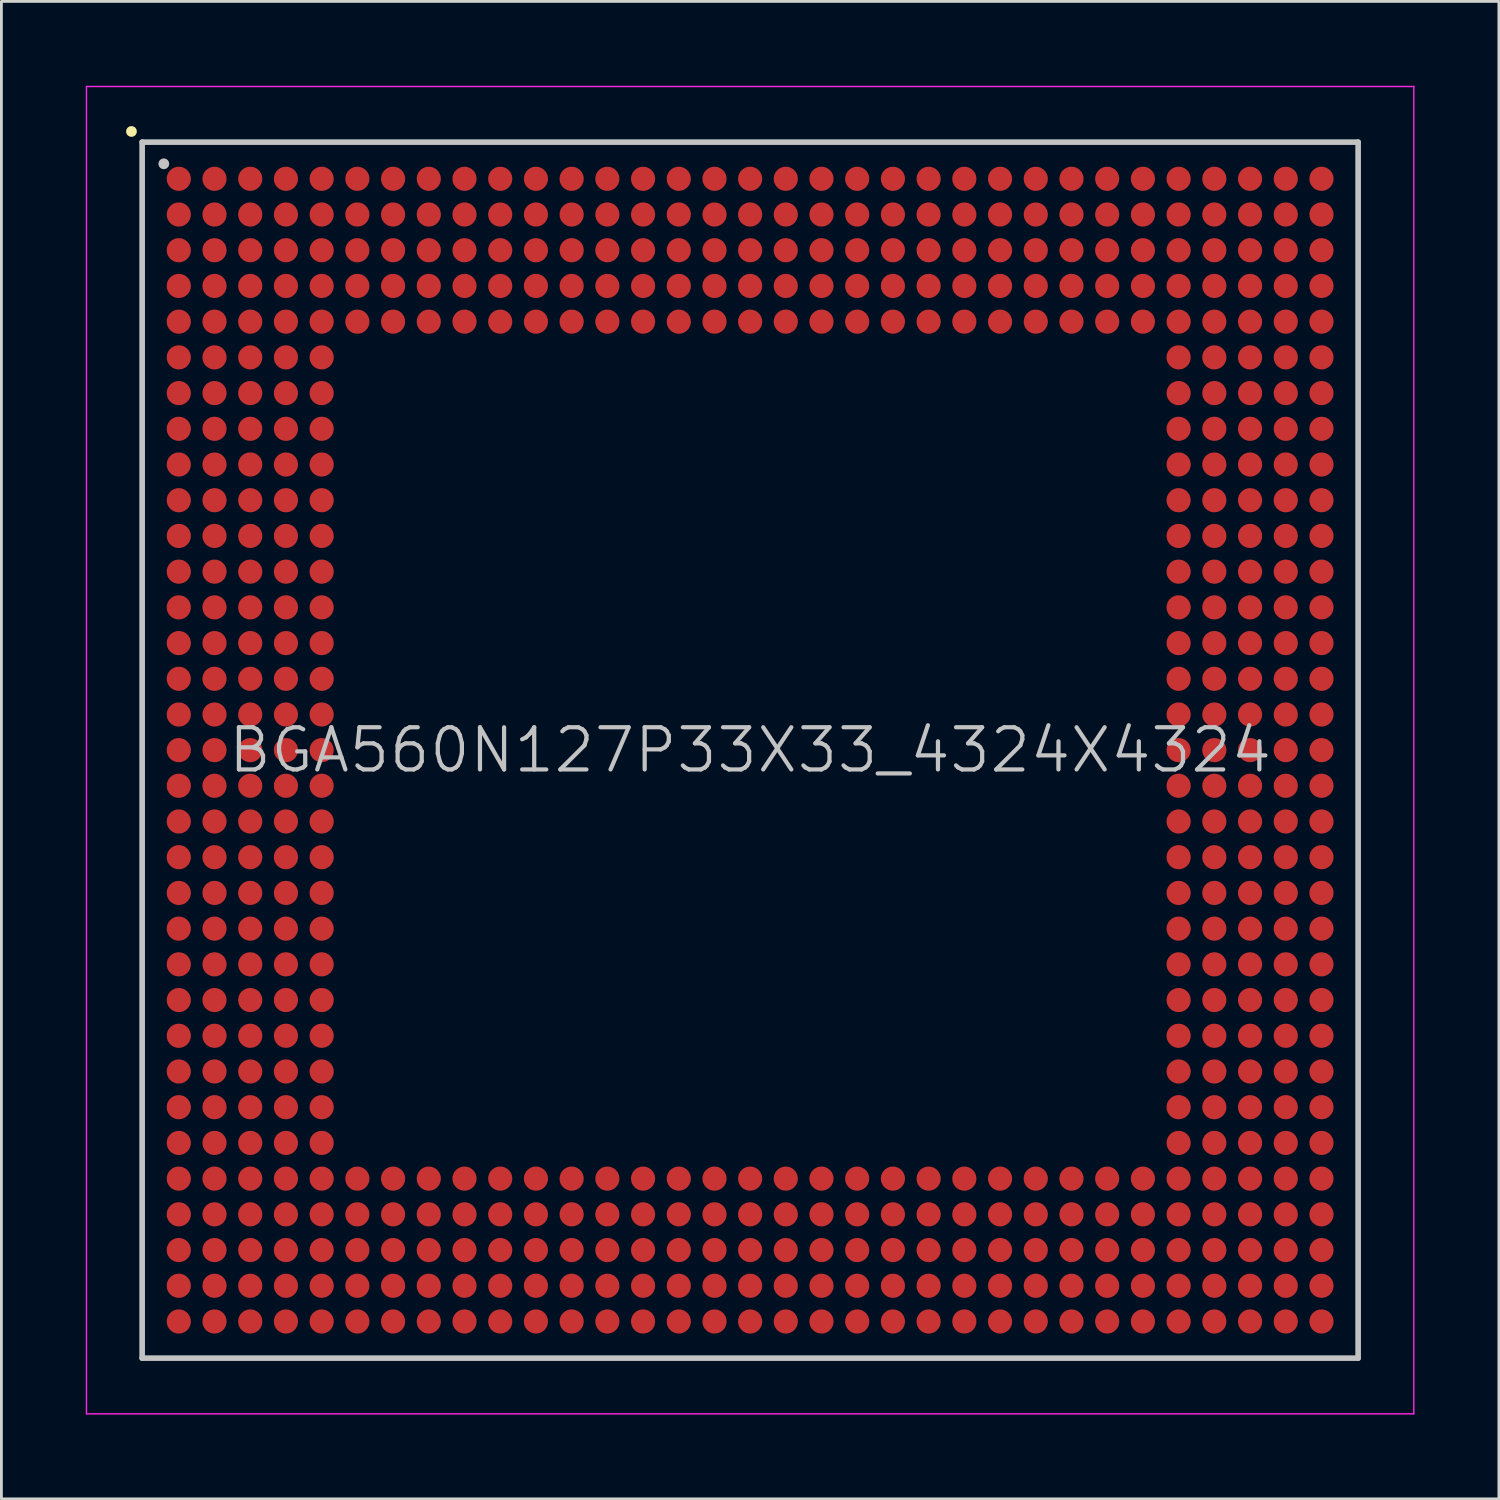
<source format=kicad_pcb>
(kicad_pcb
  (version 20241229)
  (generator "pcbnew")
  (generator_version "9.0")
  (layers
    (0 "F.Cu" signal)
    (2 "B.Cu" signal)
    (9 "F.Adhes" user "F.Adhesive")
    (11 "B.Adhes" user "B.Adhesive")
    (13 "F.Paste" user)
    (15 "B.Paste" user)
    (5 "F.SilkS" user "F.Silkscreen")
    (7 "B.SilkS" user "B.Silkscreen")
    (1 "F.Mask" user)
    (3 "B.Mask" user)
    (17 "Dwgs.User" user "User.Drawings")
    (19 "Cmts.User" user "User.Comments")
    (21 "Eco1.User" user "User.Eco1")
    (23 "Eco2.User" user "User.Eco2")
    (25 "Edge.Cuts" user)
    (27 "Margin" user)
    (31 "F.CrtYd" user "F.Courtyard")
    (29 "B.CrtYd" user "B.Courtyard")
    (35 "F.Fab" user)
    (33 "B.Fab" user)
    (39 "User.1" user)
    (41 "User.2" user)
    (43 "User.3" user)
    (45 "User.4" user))
  (footprint "BGA560N127P33X33_4324X4324"
    (layer "F.Cu")
    (at 23.625 23.625)
    (property "Reference" "BGA560N127P33X33_4324X4324" (at 0 0 0) (layer "Dwgs.User") (effects (font (size 1.5 1.5) (thickness 0.15))))
    (attr smd)
    (fp_line (start -22 -22) (end -22 -22) (stroke (width 0.381) (type solid)) (layer "F.SilkS"))
    (fp_line (start -21.62 -21.62) (end -21.62 21.62) (stroke (width 0.2) (type solid)) (layer "Dwgs.User"))
    (fp_line (start -21.62 -21.62) (end 21.62 -21.62) (stroke (width 0.2) (type solid)) (layer "Dwgs.User"))
    (fp_line (start -21.62 21.62) (end 21.62 21.62) (stroke (width 0.2) (type solid)) (layer "Dwgs.User"))
    (fp_line (start -20.85 -20.85) (end -20.85 -20.85) (stroke (width 0.381) (type solid)) (layer "Dwgs.User"))
    (fp_line (start 21.62 -21.62) (end 21.62 21.62) (stroke (width 0.2) (type solid)) (layer "Dwgs.User"))
    (fp_line (start -23.6 -23.6) (end -23.6 23.6) (stroke (width 0.05) (type solid)) (layer "F.CrtYd"))
    (fp_line (start -23.6 -23.6) (end 23.6 -23.6) (stroke (width 0.05) (type solid)) (layer "F.CrtYd"))
    (fp_line (start -23.6 23.6) (end 23.6 23.6) (stroke (width 0.05) (type solid)) (layer "F.CrtYd"))
    (fp_line (start 23.6 -23.6) (end 23.6 23.6) (stroke (width 0.05) (type solid)) (layer "F.CrtYd"))
    (pad "A1" smd circle (at -20.317 -20.317 270) (size 0.86 0.86) (layers "F.Cu" "F.Mask" "F.Paste"))
    (pad "A2" smd circle (at -19.047 -20.317 270) (size 0.86 0.86) (layers "F.Cu" "F.Mask" "F.Paste"))
    (pad "A3" smd circle (at -17.777 -20.317 270) (size 0.86 0.86) (layers "F.Cu" "F.Mask" "F.Paste"))
    (pad "A4" smd circle (at -16.507 -20.317 270) (size 0.86 0.86) (layers "F.Cu" "F.Mask" "F.Paste"))
    (pad "A5" smd circle (at -15.237 -20.317 270) (size 0.86 0.86) (layers "F.Cu" "F.Mask" "F.Paste"))
    (pad "A6" smd circle (at -13.967 -20.317 270) (size 0.86 0.86) (layers "F.Cu" "F.Mask" "F.Paste"))
    (pad "A7" smd circle (at -12.697 -20.317 270) (size 0.86 0.86) (layers "F.Cu" "F.Mask" "F.Paste"))
    (pad "A8" smd circle (at -11.427 -20.317 270) (size 0.86 0.86) (layers "F.Cu" "F.Mask" "F.Paste"))
    (pad "A9" smd circle (at -10.157 -20.317 270) (size 0.86 0.86) (layers "F.Cu" "F.Mask" "F.Paste"))
    (pad "A10" smd circle (at -8.887 -20.317 270) (size 0.86 0.86) (layers "F.Cu" "F.Mask" "F.Paste"))
    (pad "A11" smd circle (at -7.617 -20.317 270) (size 0.86 0.86) (layers "F.Cu" "F.Mask" "F.Paste"))
    (pad "A12" smd circle (at -6.347 -20.317 270) (size 0.86 0.86) (layers "F.Cu" "F.Mask" "F.Paste"))
    (pad "A13" smd circle (at -5.077 -20.317 270) (size 0.86 0.86) (layers "F.Cu" "F.Mask" "F.Paste"))
    (pad "A14" smd circle (at -3.807 -20.317 270) (size 0.86 0.86) (layers "F.Cu" "F.Mask" "F.Paste"))
    (pad "A15" smd circle (at -2.537 -20.317 270) (size 0.86 0.86) (layers "F.Cu" "F.Mask" "F.Paste"))
    (pad "A16" smd circle (at -1.267 -20.317 270) (size 0.86 0.86) (layers "F.Cu" "F.Mask" "F.Paste"))
    (pad "A17" smd circle (at 0 -20.317 270) (size 0.86 0.86) (layers "F.Cu" "F.Mask" "F.Paste"))
    (pad "A18" smd circle (at 1.267 -20.317 270) (size 0.86 0.86) (layers "F.Cu" "F.Mask" "F.Paste"))
    (pad "A19" smd circle (at 2.537 -20.317 270) (size 0.86 0.86) (layers "F.Cu" "F.Mask" "F.Paste"))
    (pad "A20" smd circle (at 3.807 -20.317 270) (size 0.86 0.86) (layers "F.Cu" "F.Mask" "F.Paste"))
    (pad "A21" smd circle (at 5.077 -20.317 270) (size 0.86 0.86) (layers "F.Cu" "F.Mask" "F.Paste"))
    (pad "A22" smd circle (at 6.347 -20.317 270) (size 0.86 0.86) (layers "F.Cu" "F.Mask" "F.Paste"))
    (pad "A23" smd circle (at 7.617 -20.317 270) (size 0.86 0.86) (layers "F.Cu" "F.Mask" "F.Paste"))
    (pad "A24" smd circle (at 8.887 -20.317 270) (size 0.86 0.86) (layers "F.Cu" "F.Mask" "F.Paste"))
    (pad "A25" smd circle (at 10.157 -20.317 270) (size 0.86 0.86) (layers "F.Cu" "F.Mask" "F.Paste"))
    (pad "A26" smd circle (at 11.427 -20.317 270) (size 0.86 0.86) (layers "F.Cu" "F.Mask" "F.Paste"))
    (pad "A27" smd circle (at 12.697 -20.317 270) (size 0.86 0.86) (layers "F.Cu" "F.Mask" "F.Paste"))
    (pad "A28" smd circle (at 13.967 -20.317 270) (size 0.86 0.86) (layers "F.Cu" "F.Mask" "F.Paste"))
    (pad "A29" smd circle (at 15.237 -20.317 270) (size 0.86 0.86) (layers "F.Cu" "F.Mask" "F.Paste"))
    (pad "A30" smd circle (at 16.507 -20.317 270) (size 0.86 0.86) (layers "F.Cu" "F.Mask" "F.Paste"))
    (pad "A31" smd circle (at 17.777 -20.317 270) (size 0.86 0.86) (layers "F.Cu" "F.Mask" "F.Paste"))
    (pad "A32" smd circle (at 19.047 -20.317 270) (size 0.86 0.86) (layers "F.Cu" "F.Mask" "F.Paste"))
    (pad "A33" smd circle (at 20.317 -20.317 270) (size 0.86 0.86) (layers "F.Cu" "F.Mask" "F.Paste"))
    (pad "AA1" smd circle (at -20.317 5.077 270) (size 0.86 0.86) (layers "F.Cu" "F.Mask" "F.Paste"))
    (pad "AA2" smd circle (at -19.047 5.077 270) (size 0.86 0.86) (layers "F.Cu" "F.Mask" "F.Paste"))
    (pad "AA3" smd circle (at -17.777 5.077 270) (size 0.86 0.86) (layers "F.Cu" "F.Mask" "F.Paste"))
    (pad "AA4" smd circle (at -16.507 5.077 270) (size 0.86 0.86) (layers "F.Cu" "F.Mask" "F.Paste"))
    (pad "AA5" smd circle (at -15.237 5.077 270) (size 0.86 0.86) (layers "F.Cu" "F.Mask" "F.Paste"))
    (pad "AA29" smd circle (at 15.237 5.077 270) (size 0.86 0.86) (layers "F.Cu" "F.Mask" "F.Paste"))
    (pad "AA30" smd circle (at 16.507 5.077 270) (size 0.86 0.86) (layers "F.Cu" "F.Mask" "F.Paste"))
    (pad "AA31" smd circle (at 17.777 5.077 270) (size 0.86 0.86) (layers "F.Cu" "F.Mask" "F.Paste"))
    (pad "AA32" smd circle (at 19.047 5.077 270) (size 0.86 0.86) (layers "F.Cu" "F.Mask" "F.Paste"))
    (pad "AA33" smd circle (at 20.317 5.077 270) (size 0.86 0.86) (layers "F.Cu" "F.Mask" "F.Paste"))
    (pad "AB1" smd circle (at -20.317 6.347 270) (size 0.86 0.86) (layers "F.Cu" "F.Mask" "F.Paste"))
    (pad "AB2" smd circle (at -19.047 6.347 270) (size 0.86 0.86) (layers "F.Cu" "F.Mask" "F.Paste"))
    (pad "AB3" smd circle (at -17.777 6.347 270) (size 0.86 0.86) (layers "F.Cu" "F.Mask" "F.Paste"))
    (pad "AB4" smd circle (at -16.507 6.347 270) (size 0.86 0.86) (layers "F.Cu" "F.Mask" "F.Paste"))
    (pad "AB5" smd circle (at -15.237 6.347 270) (size 0.86 0.86) (layers "F.Cu" "F.Mask" "F.Paste"))
    (pad "AB29" smd circle (at 15.237 6.347 270) (size 0.86 0.86) (layers "F.Cu" "F.Mask" "F.Paste"))
    (pad "AB30" smd circle (at 16.507 6.347 270) (size 0.86 0.86) (layers "F.Cu" "F.Mask" "F.Paste"))
    (pad "AB31" smd circle (at 17.777 6.347 270) (size 0.86 0.86) (layers "F.Cu" "F.Mask" "F.Paste"))
    (pad "AB32" smd circle (at 19.047 6.347 270) (size 0.86 0.86) (layers "F.Cu" "F.Mask" "F.Paste"))
    (pad "AB33" smd circle (at 20.317 6.347 270) (size 0.86 0.86) (layers "F.Cu" "F.Mask" "F.Paste"))
    (pad "AC1" smd circle (at -20.317 7.617 270) (size 0.86 0.86) (layers "F.Cu" "F.Mask" "F.Paste"))
    (pad "AC2" smd circle (at -19.047 7.617 270) (size 0.86 0.86) (layers "F.Cu" "F.Mask" "F.Paste"))
    (pad "AC3" smd circle (at -17.777 7.617 270) (size 0.86 0.86) (layers "F.Cu" "F.Mask" "F.Paste"))
    (pad "AC4" smd circle (at -16.507 7.617 270) (size 0.86 0.86) (layers "F.Cu" "F.Mask" "F.Paste"))
    (pad "AC5" smd circle (at -15.237 7.617 270) (size 0.86 0.86) (layers "F.Cu" "F.Mask" "F.Paste"))
    (pad "AC29" smd circle (at 15.237 7.617 270) (size 0.86 0.86) (layers "F.Cu" "F.Mask" "F.Paste"))
    (pad "AC30" smd circle (at 16.507 7.617 270) (size 0.86 0.86) (layers "F.Cu" "F.Mask" "F.Paste"))
    (pad "AC31" smd circle (at 17.777 7.617 270) (size 0.86 0.86) (layers "F.Cu" "F.Mask" "F.Paste"))
    (pad "AC32" smd circle (at 19.047 7.617 270) (size 0.86 0.86) (layers "F.Cu" "F.Mask" "F.Paste"))
    (pad "AC33" smd circle (at 20.317 7.617 270) (size 0.86 0.86) (layers "F.Cu" "F.Mask" "F.Paste"))
    (pad "AD1" smd circle (at -20.317 8.887 270) (size 0.86 0.86) (layers "F.Cu" "F.Mask" "F.Paste"))
    (pad "AD2" smd circle (at -19.047 8.887 270) (size 0.86 0.86) (layers "F.Cu" "F.Mask" "F.Paste"))
    (pad "AD3" smd circle (at -17.777 8.887 270) (size 0.86 0.86) (layers "F.Cu" "F.Mask" "F.Paste"))
    (pad "AD4" smd circle (at -16.507 8.887 270) (size 0.86 0.86) (layers "F.Cu" "F.Mask" "F.Paste"))
    (pad "AD5" smd circle (at -15.237 8.887 270) (size 0.86 0.86) (layers "F.Cu" "F.Mask" "F.Paste"))
    (pad "AD29" smd circle (at 15.237 8.887 270) (size 0.86 0.86) (layers "F.Cu" "F.Mask" "F.Paste"))
    (pad "AD30" smd circle (at 16.507 8.887 270) (size 0.86 0.86) (layers "F.Cu" "F.Mask" "F.Paste"))
    (pad "AD31" smd circle (at 17.777 8.887 270) (size 0.86 0.86) (layers "F.Cu" "F.Mask" "F.Paste"))
    (pad "AD32" smd circle (at 19.047 8.887 270) (size 0.86 0.86) (layers "F.Cu" "F.Mask" "F.Paste"))
    (pad "AD33" smd circle (at 20.317 8.887 270) (size 0.86 0.86) (layers "F.Cu" "F.Mask" "F.Paste"))
    (pad "AE1" smd circle (at -20.317 10.157 270) (size 0.86 0.86) (layers "F.Cu" "F.Mask" "F.Paste"))
    (pad "AE2" smd circle (at -19.047 10.157 270) (size 0.86 0.86) (layers "F.Cu" "F.Mask" "F.Paste"))
    (pad "AE3" smd circle (at -17.777 10.157 270) (size 0.86 0.86) (layers "F.Cu" "F.Mask" "F.Paste"))
    (pad "AE4" smd circle (at -16.507 10.157 270) (size 0.86 0.86) (layers "F.Cu" "F.Mask" "F.Paste"))
    (pad "AE5" smd circle (at -15.237 10.157 270) (size 0.86 0.86) (layers "F.Cu" "F.Mask" "F.Paste"))
    (pad "AE29" smd circle (at 15.237 10.157 270) (size 0.86 0.86) (layers "F.Cu" "F.Mask" "F.Paste"))
    (pad "AE30" smd circle (at 16.507 10.157 270) (size 0.86 0.86) (layers "F.Cu" "F.Mask" "F.Paste"))
    (pad "AE31" smd circle (at 17.777 10.157 270) (size 0.86 0.86) (layers "F.Cu" "F.Mask" "F.Paste"))
    (pad "AE32" smd circle (at 19.047 10.157 270) (size 0.86 0.86) (layers "F.Cu" "F.Mask" "F.Paste"))
    (pad "AE33" smd circle (at 20.317 10.157 270) (size 0.86 0.86) (layers "F.Cu" "F.Mask" "F.Paste"))
    (pad "AF1" smd circle (at -20.317 11.427 270) (size 0.86 0.86) (layers "F.Cu" "F.Mask" "F.Paste"))
    (pad "AF2" smd circle (at -19.047 11.427 270) (size 0.86 0.86) (layers "F.Cu" "F.Mask" "F.Paste"))
    (pad "AF3" smd circle (at -17.777 11.427 270) (size 0.86 0.86) (layers "F.Cu" "F.Mask" "F.Paste"))
    (pad "AF4" smd circle (at -16.507 11.427 270) (size 0.86 0.86) (layers "F.Cu" "F.Mask" "F.Paste"))
    (pad "AF5" smd circle (at -15.237 11.427 270) (size 0.86 0.86) (layers "F.Cu" "F.Mask" "F.Paste"))
    (pad "AF29" smd circle (at 15.237 11.427 270) (size 0.86 0.86) (layers "F.Cu" "F.Mask" "F.Paste"))
    (pad "AF30" smd circle (at 16.507 11.427 270) (size 0.86 0.86) (layers "F.Cu" "F.Mask" "F.Paste"))
    (pad "AF31" smd circle (at 17.777 11.427 270) (size 0.86 0.86) (layers "F.Cu" "F.Mask" "F.Paste"))
    (pad "AF32" smd circle (at 19.047 11.427 270) (size 0.86 0.86) (layers "F.Cu" "F.Mask" "F.Paste"))
    (pad "AF33" smd circle (at 20.317 11.427 270) (size 0.86 0.86) (layers "F.Cu" "F.Mask" "F.Paste"))
    (pad "AG1" smd circle (at -20.317 12.697 270) (size 0.86 0.86) (layers "F.Cu" "F.Mask" "F.Paste"))
    (pad "AG2" smd circle (at -19.047 12.697 270) (size 0.86 0.86) (layers "F.Cu" "F.Mask" "F.Paste"))
    (pad "AG3" smd circle (at -17.777 12.697 270) (size 0.86 0.86) (layers "F.Cu" "F.Mask" "F.Paste"))
    (pad "AG4" smd circle (at -16.507 12.697 270) (size 0.86 0.86) (layers "F.Cu" "F.Mask" "F.Paste"))
    (pad "AG5" smd circle (at -15.237 12.697 270) (size 0.86 0.86) (layers "F.Cu" "F.Mask" "F.Paste"))
    (pad "AG29" smd circle (at 15.237 12.697 270) (size 0.86 0.86) (layers "F.Cu" "F.Mask" "F.Paste"))
    (pad "AG30" smd circle (at 16.507 12.697 270) (size 0.86 0.86) (layers "F.Cu" "F.Mask" "F.Paste"))
    (pad "AG31" smd circle (at 17.777 12.697 270) (size 0.86 0.86) (layers "F.Cu" "F.Mask" "F.Paste"))
    (pad "AG32" smd circle (at 19.047 12.697 270) (size 0.86 0.86) (layers "F.Cu" "F.Mask" "F.Paste"))
    (pad "AG33" smd circle (at 20.317 12.697 270) (size 0.86 0.86) (layers "F.Cu" "F.Mask" "F.Paste"))
    (pad "AH1" smd circle (at -20.317 13.967 270) (size 0.86 0.86) (layers "F.Cu" "F.Mask" "F.Paste"))
    (pad "AH2" smd circle (at -19.047 13.967 270) (size 0.86 0.86) (layers "F.Cu" "F.Mask" "F.Paste"))
    (pad "AH3" smd circle (at -17.777 13.967 270) (size 0.86 0.86) (layers "F.Cu" "F.Mask" "F.Paste"))
    (pad "AH4" smd circle (at -16.507 13.967 270) (size 0.86 0.86) (layers "F.Cu" "F.Mask" "F.Paste"))
    (pad "AH5" smd circle (at -15.237 13.967 270) (size 0.86 0.86) (layers "F.Cu" "F.Mask" "F.Paste"))
    (pad "AH29" smd circle (at 15.237 13.967 270) (size 0.86 0.86) (layers "F.Cu" "F.Mask" "F.Paste"))
    (pad "AH30" smd circle (at 16.507 13.967 270) (size 0.86 0.86) (layers "F.Cu" "F.Mask" "F.Paste"))
    (pad "AH31" smd circle (at 17.777 13.967 270) (size 0.86 0.86) (layers "F.Cu" "F.Mask" "F.Paste"))
    (pad "AH32" smd circle (at 19.047 13.967 270) (size 0.86 0.86) (layers "F.Cu" "F.Mask" "F.Paste"))
    (pad "AH33" smd circle (at 20.317 13.967 270) (size 0.86 0.86) (layers "F.Cu" "F.Mask" "F.Paste"))
    (pad "AJ1" smd circle (at -20.317 15.237 270) (size 0.86 0.86) (layers "F.Cu" "F.Mask" "F.Paste"))
    (pad "AJ2" smd circle (at -19.047 15.237 270) (size 0.86 0.86) (layers "F.Cu" "F.Mask" "F.Paste"))
    (pad "AJ3" smd circle (at -17.777 15.237 270) (size 0.86 0.86) (layers "F.Cu" "F.Mask" "F.Paste"))
    (pad "AJ4" smd circle (at -16.507 15.237 270) (size 0.86 0.86) (layers "F.Cu" "F.Mask" "F.Paste"))
    (pad "AJ5" smd circle (at -15.237 15.237 270) (size 0.86 0.86) (layers "F.Cu" "F.Mask" "F.Paste"))
    (pad "AJ6" smd circle (at -13.967 15.237 270) (size 0.86 0.86) (layers "F.Cu" "F.Mask" "F.Paste"))
    (pad "AJ7" smd circle (at -12.697 15.237 270) (size 0.86 0.86) (layers "F.Cu" "F.Mask" "F.Paste"))
    (pad "AJ8" smd circle (at -11.427 15.237 270) (size 0.86 0.86) (layers "F.Cu" "F.Mask" "F.Paste"))
    (pad "AJ9" smd circle (at -10.157 15.237 270) (size 0.86 0.86) (layers "F.Cu" "F.Mask" "F.Paste"))
    (pad "AJ10" smd circle (at -8.887 15.237 270) (size 0.86 0.86) (layers "F.Cu" "F.Mask" "F.Paste"))
    (pad "AJ11" smd circle (at -7.617 15.237 270) (size 0.86 0.86) (layers "F.Cu" "F.Mask" "F.Paste"))
    (pad "AJ12" smd circle (at -6.347 15.237 270) (size 0.86 0.86) (layers "F.Cu" "F.Mask" "F.Paste"))
    (pad "AJ13" smd circle (at -5.077 15.237 270) (size 0.86 0.86) (layers "F.Cu" "F.Mask" "F.Paste"))
    (pad "AJ14" smd circle (at -3.807 15.237 270) (size 0.86 0.86) (layers "F.Cu" "F.Mask" "F.Paste"))
    (pad "AJ15" smd circle (at -2.537 15.237 270) (size 0.86 0.86) (layers "F.Cu" "F.Mask" "F.Paste"))
    (pad "AJ16" smd circle (at -1.267 15.237 270) (size 0.86 0.86) (layers "F.Cu" "F.Mask" "F.Paste"))
    (pad "AJ17" smd circle (at 0 15.237 270) (size 0.86 0.86) (layers "F.Cu" "F.Mask" "F.Paste"))
    (pad "AJ18" smd circle (at 1.267 15.237 270) (size 0.86 0.86) (layers "F.Cu" "F.Mask" "F.Paste"))
    (pad "AJ19" smd circle (at 2.537 15.237 270) (size 0.86 0.86) (layers "F.Cu" "F.Mask" "F.Paste"))
    (pad "AJ20" smd circle (at 3.807 15.237 270) (size 0.86 0.86) (layers "F.Cu" "F.Mask" "F.Paste"))
    (pad "AJ21" smd circle (at 5.077 15.237 270) (size 0.86 0.86) (layers "F.Cu" "F.Mask" "F.Paste"))
    (pad "AJ22" smd circle (at 6.347 15.237 270) (size 0.86 0.86) (layers "F.Cu" "F.Mask" "F.Paste"))
    (pad "AJ23" smd circle (at 7.617 15.237 270) (size 0.86 0.86) (layers "F.Cu" "F.Mask" "F.Paste"))
    (pad "AJ24" smd circle (at 8.887 15.237 270) (size 0.86 0.86) (layers "F.Cu" "F.Mask" "F.Paste"))
    (pad "AJ25" smd circle (at 10.157 15.237 270) (size 0.86 0.86) (layers "F.Cu" "F.Mask" "F.Paste"))
    (pad "AJ26" smd circle (at 11.427 15.237 270) (size 0.86 0.86) (layers "F.Cu" "F.Mask" "F.Paste"))
    (pad "AJ27" smd circle (at 12.697 15.237 270) (size 0.86 0.86) (layers "F.Cu" "F.Mask" "F.Paste"))
    (pad "AJ28" smd circle (at 13.967 15.237 270) (size 0.86 0.86) (layers "F.Cu" "F.Mask" "F.Paste"))
    (pad "AJ29" smd circle (at 15.237 15.237 270) (size 0.86 0.86) (layers "F.Cu" "F.Mask" "F.Paste"))
    (pad "AJ30" smd circle (at 16.507 15.237 270) (size 0.86 0.86) (layers "F.Cu" "F.Mask" "F.Paste"))
    (pad "AJ31" smd circle (at 17.777 15.237 270) (size 0.86 0.86) (layers "F.Cu" "F.Mask" "F.Paste"))
    (pad "AJ32" smd circle (at 19.047 15.237 270) (size 0.86 0.86) (layers "F.Cu" "F.Mask" "F.Paste"))
    (pad "AJ33" smd circle (at 20.317 15.237 270) (size 0.86 0.86) (layers "F.Cu" "F.Mask" "F.Paste"))
    (pad "AK1" smd circle (at -20.317 16.507 270) (size 0.86 0.86) (layers "F.Cu" "F.Mask" "F.Paste"))
    (pad "AK2" smd circle (at -19.047 16.507 270) (size 0.86 0.86) (layers "F.Cu" "F.Mask" "F.Paste"))
    (pad "AK3" smd circle (at -17.777 16.507 270) (size 0.86 0.86) (layers "F.Cu" "F.Mask" "F.Paste"))
    (pad "AK4" smd circle (at -16.507 16.507 270) (size 0.86 0.86) (layers "F.Cu" "F.Mask" "F.Paste"))
    (pad "AK5" smd circle (at -15.237 16.507 270) (size 0.86 0.86) (layers "F.Cu" "F.Mask" "F.Paste"))
    (pad "AK6" smd circle (at -13.967 16.507 270) (size 0.86 0.86) (layers "F.Cu" "F.Mask" "F.Paste"))
    (pad "AK7" smd circle (at -12.697 16.507 270) (size 0.86 0.86) (layers "F.Cu" "F.Mask" "F.Paste"))
    (pad "AK8" smd circle (at -11.427 16.507 270) (size 0.86 0.86) (layers "F.Cu" "F.Mask" "F.Paste"))
    (pad "AK9" smd circle (at -10.157 16.507 270) (size 0.86 0.86) (layers "F.Cu" "F.Mask" "F.Paste"))
    (pad "AK10" smd circle (at -8.887 16.507 270) (size 0.86 0.86) (layers "F.Cu" "F.Mask" "F.Paste"))
    (pad "AK11" smd circle (at -7.617 16.507 270) (size 0.86 0.86) (layers "F.Cu" "F.Mask" "F.Paste"))
    (pad "AK12" smd circle (at -6.347 16.507 270) (size 0.86 0.86) (layers "F.Cu" "F.Mask" "F.Paste"))
    (pad "AK13" smd circle (at -5.077 16.507 270) (size 0.86 0.86) (layers "F.Cu" "F.Mask" "F.Paste"))
    (pad "AK14" smd circle (at -3.807 16.507 270) (size 0.86 0.86) (layers "F.Cu" "F.Mask" "F.Paste"))
    (pad "AK15" smd circle (at -2.537 16.507 270) (size 0.86 0.86) (layers "F.Cu" "F.Mask" "F.Paste"))
    (pad "AK16" smd circle (at -1.267 16.507 270) (size 0.86 0.86) (layers "F.Cu" "F.Mask" "F.Paste"))
    (pad "AK17" smd circle (at 0 16.507 270) (size 0.86 0.86) (layers "F.Cu" "F.Mask" "F.Paste"))
    (pad "AK18" smd circle (at 1.267 16.507 270) (size 0.86 0.86) (layers "F.Cu" "F.Mask" "F.Paste"))
    (pad "AK19" smd circle (at 2.537 16.507 270) (size 0.86 0.86) (layers "F.Cu" "F.Mask" "F.Paste"))
    (pad "AK20" smd circle (at 3.807 16.507 270) (size 0.86 0.86) (layers "F.Cu" "F.Mask" "F.Paste"))
    (pad "AK21" smd circle (at 5.077 16.507 270) (size 0.86 0.86) (layers "F.Cu" "F.Mask" "F.Paste"))
    (pad "AK22" smd circle (at 6.347 16.507 270) (size 0.86 0.86) (layers "F.Cu" "F.Mask" "F.Paste"))
    (pad "AK23" smd circle (at 7.617 16.507 270) (size 0.86 0.86) (layers "F.Cu" "F.Mask" "F.Paste"))
    (pad "AK24" smd circle (at 8.887 16.507 270) (size 0.86 0.86) (layers "F.Cu" "F.Mask" "F.Paste"))
    (pad "AK25" smd circle (at 10.157 16.507 270) (size 0.86 0.86) (layers "F.Cu" "F.Mask" "F.Paste"))
    (pad "AK26" smd circle (at 11.427 16.507 270) (size 0.86 0.86) (layers "F.Cu" "F.Mask" "F.Paste"))
    (pad "AK27" smd circle (at 12.697 16.507 270) (size 0.86 0.86) (layers "F.Cu" "F.Mask" "F.Paste"))
    (pad "AK28" smd circle (at 13.967 16.507 270) (size 0.86 0.86) (layers "F.Cu" "F.Mask" "F.Paste"))
    (pad "AK29" smd circle (at 15.237 16.507 270) (size 0.86 0.86) (layers "F.Cu" "F.Mask" "F.Paste"))
    (pad "AK30" smd circle (at 16.507 16.507 270) (size 0.86 0.86) (layers "F.Cu" "F.Mask" "F.Paste"))
    (pad "AK31" smd circle (at 17.777 16.507 270) (size 0.86 0.86) (layers "F.Cu" "F.Mask" "F.Paste"))
    (pad "AK32" smd circle (at 19.047 16.507 270) (size 0.86 0.86) (layers "F.Cu" "F.Mask" "F.Paste"))
    (pad "AK33" smd circle (at 20.317 16.507 270) (size 0.86 0.86) (layers "F.Cu" "F.Mask" "F.Paste"))
    (pad "AL1" smd circle (at -20.317 17.777 270) (size 0.86 0.86) (layers "F.Cu" "F.Mask" "F.Paste"))
    (pad "AL2" smd circle (at -19.047 17.777 270) (size 0.86 0.86) (layers "F.Cu" "F.Mask" "F.Paste"))
    (pad "AL3" smd circle (at -17.777 17.777 270) (size 0.86 0.86) (layers "F.Cu" "F.Mask" "F.Paste"))
    (pad "AL4" smd circle (at -16.507 17.777 270) (size 0.86 0.86) (layers "F.Cu" "F.Mask" "F.Paste"))
    (pad "AL5" smd circle (at -15.237 17.777 270) (size 0.86 0.86) (layers "F.Cu" "F.Mask" "F.Paste"))
    (pad "AL6" smd circle (at -13.967 17.777 270) (size 0.86 0.86) (layers "F.Cu" "F.Mask" "F.Paste"))
    (pad "AL7" smd circle (at -12.697 17.777 270) (size 0.86 0.86) (layers "F.Cu" "F.Mask" "F.Paste"))
    (pad "AL8" smd circle (at -11.427 17.777 270) (size 0.86 0.86) (layers "F.Cu" "F.Mask" "F.Paste"))
    (pad "AL9" smd circle (at -10.157 17.777 270) (size 0.86 0.86) (layers "F.Cu" "F.Mask" "F.Paste"))
    (pad "AL10" smd circle (at -8.887 17.777 270) (size 0.86 0.86) (layers "F.Cu" "F.Mask" "F.Paste"))
    (pad "AL11" smd circle (at -7.617 17.777 270) (size 0.86 0.86) (layers "F.Cu" "F.Mask" "F.Paste"))
    (pad "AL12" smd circle (at -6.347 17.777 270) (size 0.86 0.86) (layers "F.Cu" "F.Mask" "F.Paste"))
    (pad "AL13" smd circle (at -5.077 17.777 270) (size 0.86 0.86) (layers "F.Cu" "F.Mask" "F.Paste"))
    (pad "AL14" smd circle (at -3.807 17.777 270) (size 0.86 0.86) (layers "F.Cu" "F.Mask" "F.Paste"))
    (pad "AL15" smd circle (at -2.537 17.777 270) (size 0.86 0.86) (layers "F.Cu" "F.Mask" "F.Paste"))
    (pad "AL16" smd circle (at -1.267 17.777 270) (size 0.86 0.86) (layers "F.Cu" "F.Mask" "F.Paste"))
    (pad "AL17" smd circle (at 0 17.777 270) (size 0.86 0.86) (layers "F.Cu" "F.Mask" "F.Paste"))
    (pad "AL18" smd circle (at 1.267 17.777 270) (size 0.86 0.86) (layers "F.Cu" "F.Mask" "F.Paste"))
    (pad "AL19" smd circle (at 2.537 17.777 270) (size 0.86 0.86) (layers "F.Cu" "F.Mask" "F.Paste"))
    (pad "AL20" smd circle (at 3.807 17.777 270) (size 0.86 0.86) (layers "F.Cu" "F.Mask" "F.Paste"))
    (pad "AL21" smd circle (at 5.077 17.777 270) (size 0.86 0.86) (layers "F.Cu" "F.Mask" "F.Paste"))
    (pad "AL22" smd circle (at 6.347 17.777 270) (size 0.86 0.86) (layers "F.Cu" "F.Mask" "F.Paste"))
    (pad "AL23" smd circle (at 7.617 17.777 270) (size 0.86 0.86) (layers "F.Cu" "F.Mask" "F.Paste"))
    (pad "AL24" smd circle (at 8.887 17.777 270) (size 0.86 0.86) (layers "F.Cu" "F.Mask" "F.Paste"))
    (pad "AL25" smd circle (at 10.157 17.777 270) (size 0.86 0.86) (layers "F.Cu" "F.Mask" "F.Paste"))
    (pad "AL26" smd circle (at 11.427 17.777 270) (size 0.86 0.86) (layers "F.Cu" "F.Mask" "F.Paste"))
    (pad "AL27" smd circle (at 12.697 17.777 270) (size 0.86 0.86) (layers "F.Cu" "F.Mask" "F.Paste"))
    (pad "AL28" smd circle (at 13.967 17.777 270) (size 0.86 0.86) (layers "F.Cu" "F.Mask" "F.Paste"))
    (pad "AL29" smd circle (at 15.237 17.777 270) (size 0.86 0.86) (layers "F.Cu" "F.Mask" "F.Paste"))
    (pad "AL30" smd circle (at 16.507 17.777 270) (size 0.86 0.86) (layers "F.Cu" "F.Mask" "F.Paste"))
    (pad "AL31" smd circle (at 17.777 17.777 270) (size 0.86 0.86) (layers "F.Cu" "F.Mask" "F.Paste"))
    (pad "AL32" smd circle (at 19.047 17.777 270) (size 0.86 0.86) (layers "F.Cu" "F.Mask" "F.Paste"))
    (pad "AL33" smd circle (at 20.317 17.777 270) (size 0.86 0.86) (layers "F.Cu" "F.Mask" "F.Paste"))
    (pad "AM1" smd circle (at -20.317 19.047 270) (size 0.86 0.86) (layers "F.Cu" "F.Mask" "F.Paste"))
    (pad "AM2" smd circle (at -19.047 19.047 270) (size 0.86 0.86) (layers "F.Cu" "F.Mask" "F.Paste"))
    (pad "AM3" smd circle (at -17.777 19.047 270) (size 0.86 0.86) (layers "F.Cu" "F.Mask" "F.Paste"))
    (pad "AM4" smd circle (at -16.507 19.047 270) (size 0.86 0.86) (layers "F.Cu" "F.Mask" "F.Paste"))
    (pad "AM5" smd circle (at -15.237 19.047 270) (size 0.86 0.86) (layers "F.Cu" "F.Mask" "F.Paste"))
    (pad "AM6" smd circle (at -13.967 19.047 270) (size 0.86 0.86) (layers "F.Cu" "F.Mask" "F.Paste"))
    (pad "AM7" smd circle (at -12.697 19.047 270) (size 0.86 0.86) (layers "F.Cu" "F.Mask" "F.Paste"))
    (pad "AM8" smd circle (at -11.427 19.047 270) (size 0.86 0.86) (layers "F.Cu" "F.Mask" "F.Paste"))
    (pad "AM9" smd circle (at -10.157 19.047 270) (size 0.86 0.86) (layers "F.Cu" "F.Mask" "F.Paste"))
    (pad "AM10" smd circle (at -8.887 19.047 270) (size 0.86 0.86) (layers "F.Cu" "F.Mask" "F.Paste"))
    (pad "AM11" smd circle (at -7.617 19.047 270) (size 0.86 0.86) (layers "F.Cu" "F.Mask" "F.Paste"))
    (pad "AM12" smd circle (at -6.347 19.047 270) (size 0.86 0.86) (layers "F.Cu" "F.Mask" "F.Paste"))
    (pad "AM13" smd circle (at -5.077 19.047 270) (size 0.86 0.86) (layers "F.Cu" "F.Mask" "F.Paste"))
    (pad "AM14" smd circle (at -3.807 19.047 270) (size 0.86 0.86) (layers "F.Cu" "F.Mask" "F.Paste"))
    (pad "AM15" smd circle (at -2.537 19.047 270) (size 0.86 0.86) (layers "F.Cu" "F.Mask" "F.Paste"))
    (pad "AM16" smd circle (at -1.267 19.047 270) (size 0.86 0.86) (layers "F.Cu" "F.Mask" "F.Paste"))
    (pad "AM17" smd circle (at 0 19.047 270) (size 0.86 0.86) (layers "F.Cu" "F.Mask" "F.Paste"))
    (pad "AM18" smd circle (at 1.267 19.047 270) (size 0.86 0.86) (layers "F.Cu" "F.Mask" "F.Paste"))
    (pad "AM19" smd circle (at 2.537 19.047 270) (size 0.86 0.86) (layers "F.Cu" "F.Mask" "F.Paste"))
    (pad "AM20" smd circle (at 3.807 19.047 270) (size 0.86 0.86) (layers "F.Cu" "F.Mask" "F.Paste"))
    (pad "AM21" smd circle (at 5.077 19.047 270) (size 0.86 0.86) (layers "F.Cu" "F.Mask" "F.Paste"))
    (pad "AM22" smd circle (at 6.347 19.047 270) (size 0.86 0.86) (layers "F.Cu" "F.Mask" "F.Paste"))
    (pad "AM23" smd circle (at 7.617 19.047 270) (size 0.86 0.86) (layers "F.Cu" "F.Mask" "F.Paste"))
    (pad "AM24" smd circle (at 8.887 19.047 270) (size 0.86 0.86) (layers "F.Cu" "F.Mask" "F.Paste"))
    (pad "AM25" smd circle (at 10.157 19.047 270) (size 0.86 0.86) (layers "F.Cu" "F.Mask" "F.Paste"))
    (pad "AM26" smd circle (at 11.427 19.047 270) (size 0.86 0.86) (layers "F.Cu" "F.Mask" "F.Paste"))
    (pad "AM27" smd circle (at 12.697 19.047 270) (size 0.86 0.86) (layers "F.Cu" "F.Mask" "F.Paste"))
    (pad "AM28" smd circle (at 13.967 19.047 270) (size 0.86 0.86) (layers "F.Cu" "F.Mask" "F.Paste"))
    (pad "AM29" smd circle (at 15.237 19.047 270) (size 0.86 0.86) (layers "F.Cu" "F.Mask" "F.Paste"))
    (pad "AM30" smd circle (at 16.507 19.047 270) (size 0.86 0.86) (layers "F.Cu" "F.Mask" "F.Paste"))
    (pad "AM31" smd circle (at 17.777 19.047 270) (size 0.86 0.86) (layers "F.Cu" "F.Mask" "F.Paste"))
    (pad "AM32" smd circle (at 19.047 19.047 270) (size 0.86 0.86) (layers "F.Cu" "F.Mask" "F.Paste"))
    (pad "AM33" smd circle (at 20.317 19.047 270) (size 0.86 0.86) (layers "F.Cu" "F.Mask" "F.Paste"))
    (pad "AN1" smd circle (at -20.317 20.317 270) (size 0.86 0.86) (layers "F.Cu" "F.Mask" "F.Paste"))
    (pad "AN2" smd circle (at -19.047 20.317 270) (size 0.86 0.86) (layers "F.Cu" "F.Mask" "F.Paste"))
    (pad "AN3" smd circle (at -17.777 20.317 270) (size 0.86 0.86) (layers "F.Cu" "F.Mask" "F.Paste"))
    (pad "AN4" smd circle (at -16.507 20.317 270) (size 0.86 0.86) (layers "F.Cu" "F.Mask" "F.Paste"))
    (pad "AN5" smd circle (at -15.237 20.317 270) (size 0.86 0.86) (layers "F.Cu" "F.Mask" "F.Paste"))
    (pad "AN6" smd circle (at -13.967 20.317 270) (size 0.86 0.86) (layers "F.Cu" "F.Mask" "F.Paste"))
    (pad "AN7" smd circle (at -12.697 20.317 270) (size 0.86 0.86) (layers "F.Cu" "F.Mask" "F.Paste"))
    (pad "AN8" smd circle (at -11.427 20.317 270) (size 0.86 0.86) (layers "F.Cu" "F.Mask" "F.Paste"))
    (pad "AN9" smd circle (at -10.157 20.317 270) (size 0.86 0.86) (layers "F.Cu" "F.Mask" "F.Paste"))
    (pad "AN10" smd circle (at -8.887 20.317 270) (size 0.86 0.86) (layers "F.Cu" "F.Mask" "F.Paste"))
    (pad "AN11" smd circle (at -7.617 20.317 270) (size 0.86 0.86) (layers "F.Cu" "F.Mask" "F.Paste"))
    (pad "AN12" smd circle (at -6.347 20.317 270) (size 0.86 0.86) (layers "F.Cu" "F.Mask" "F.Paste"))
    (pad "AN13" smd circle (at -5.077 20.317 270) (size 0.86 0.86) (layers "F.Cu" "F.Mask" "F.Paste"))
    (pad "AN14" smd circle (at -3.807 20.317 270) (size 0.86 0.86) (layers "F.Cu" "F.Mask" "F.Paste"))
    (pad "AN15" smd circle (at -2.537 20.317 270) (size 0.86 0.86) (layers "F.Cu" "F.Mask" "F.Paste"))
    (pad "AN16" smd circle (at -1.267 20.317 270) (size 0.86 0.86) (layers "F.Cu" "F.Mask" "F.Paste"))
    (pad "AN17" smd circle (at 0 20.317 270) (size 0.86 0.86) (layers "F.Cu" "F.Mask" "F.Paste"))
    (pad "AN18" smd circle (at 1.267 20.317 270) (size 0.86 0.86) (layers "F.Cu" "F.Mask" "F.Paste"))
    (pad "AN19" smd circle (at 2.537 20.317 270) (size 0.86 0.86) (layers "F.Cu" "F.Mask" "F.Paste"))
    (pad "AN20" smd circle (at 3.807 20.317 270) (size 0.86 0.86) (layers "F.Cu" "F.Mask" "F.Paste"))
    (pad "AN21" smd circle (at 5.077 20.317 270) (size 0.86 0.86) (layers "F.Cu" "F.Mask" "F.Paste"))
    (pad "AN22" smd circle (at 6.347 20.317 270) (size 0.86 0.86) (layers "F.Cu" "F.Mask" "F.Paste"))
    (pad "AN23" smd circle (at 7.617 20.317 270) (size 0.86 0.86) (layers "F.Cu" "F.Mask" "F.Paste"))
    (pad "AN24" smd circle (at 8.887 20.317 270) (size 0.86 0.86) (layers "F.Cu" "F.Mask" "F.Paste"))
    (pad "AN25" smd circle (at 10.157 20.317 270) (size 0.86 0.86) (layers "F.Cu" "F.Mask" "F.Paste"))
    (pad "AN26" smd circle (at 11.427 20.317 270) (size 0.86 0.86) (layers "F.Cu" "F.Mask" "F.Paste"))
    (pad "AN27" smd circle (at 12.697 20.317 270) (size 0.86 0.86) (layers "F.Cu" "F.Mask" "F.Paste"))
    (pad "AN28" smd circle (at 13.967 20.317 270) (size 0.86 0.86) (layers "F.Cu" "F.Mask" "F.Paste"))
    (pad "AN29" smd circle (at 15.237 20.317 270) (size 0.86 0.86) (layers "F.Cu" "F.Mask" "F.Paste"))
    (pad "AN30" smd circle (at 16.507 20.317 270) (size 0.86 0.86) (layers "F.Cu" "F.Mask" "F.Paste"))
    (pad "AN31" smd circle (at 17.777 20.317 270) (size 0.86 0.86) (layers "F.Cu" "F.Mask" "F.Paste"))
    (pad "AN32" smd circle (at 19.047 20.317 270) (size 0.86 0.86) (layers "F.Cu" "F.Mask" "F.Paste"))
    (pad "AN33" smd circle (at 20.317 20.317 270) (size 0.86 0.86) (layers "F.Cu" "F.Mask" "F.Paste"))
    (pad "B1" smd circle (at -20.317 -19.047 270) (size 0.86 0.86) (layers "F.Cu" "F.Mask" "F.Paste"))
    (pad "B2" smd circle (at -19.047 -19.047 270) (size 0.86 0.86) (layers "F.Cu" "F.Mask" "F.Paste"))
    (pad "B3" smd circle (at -17.777 -19.047 270) (size 0.86 0.86) (layers "F.Cu" "F.Mask" "F.Paste"))
    (pad "B4" smd circle (at -16.507 -19.047 270) (size 0.86 0.86) (layers "F.Cu" "F.Mask" "F.Paste"))
    (pad "B5" smd circle (at -15.237 -19.047 270) (size 0.86 0.86) (layers "F.Cu" "F.Mask" "F.Paste"))
    (pad "B6" smd circle (at -13.967 -19.047 270) (size 0.86 0.86) (layers "F.Cu" "F.Mask" "F.Paste"))
    (pad "B7" smd circle (at -12.697 -19.047 270) (size 0.86 0.86) (layers "F.Cu" "F.Mask" "F.Paste"))
    (pad "B8" smd circle (at -11.427 -19.047 270) (size 0.86 0.86) (layers "F.Cu" "F.Mask" "F.Paste"))
    (pad "B9" smd circle (at -10.157 -19.047 270) (size 0.86 0.86) (layers "F.Cu" "F.Mask" "F.Paste"))
    (pad "B10" smd circle (at -8.887 -19.047 270) (size 0.86 0.86) (layers "F.Cu" "F.Mask" "F.Paste"))
    (pad "B11" smd circle (at -7.617 -19.047 270) (size 0.86 0.86) (layers "F.Cu" "F.Mask" "F.Paste"))
    (pad "B12" smd circle (at -6.347 -19.047 270) (size 0.86 0.86) (layers "F.Cu" "F.Mask" "F.Paste"))
    (pad "B13" smd circle (at -5.077 -19.047 270) (size 0.86 0.86) (layers "F.Cu" "F.Mask" "F.Paste"))
    (pad "B14" smd circle (at -3.807 -19.047 270) (size 0.86 0.86) (layers "F.Cu" "F.Mask" "F.Paste"))
    (pad "B15" smd circle (at -2.537 -19.047 270) (size 0.86 0.86) (layers "F.Cu" "F.Mask" "F.Paste"))
    (pad "B16" smd circle (at -1.267 -19.047 270) (size 0.86 0.86) (layers "F.Cu" "F.Mask" "F.Paste"))
    (pad "B17" smd circle (at 0 -19.047 270) (size 0.86 0.86) (layers "F.Cu" "F.Mask" "F.Paste"))
    (pad "B18" smd circle (at 1.267 -19.047 270) (size 0.86 0.86) (layers "F.Cu" "F.Mask" "F.Paste"))
    (pad "B19" smd circle (at 2.537 -19.047 270) (size 0.86 0.86) (layers "F.Cu" "F.Mask" "F.Paste"))
    (pad "B20" smd circle (at 3.807 -19.047 270) (size 0.86 0.86) (layers "F.Cu" "F.Mask" "F.Paste"))
    (pad "B21" smd circle (at 5.077 -19.047 270) (size 0.86 0.86) (layers "F.Cu" "F.Mask" "F.Paste"))
    (pad "B22" smd circle (at 6.347 -19.047 270) (size 0.86 0.86) (layers "F.Cu" "F.Mask" "F.Paste"))
    (pad "B23" smd circle (at 7.617 -19.047 270) (size 0.86 0.86) (layers "F.Cu" "F.Mask" "F.Paste"))
    (pad "B24" smd circle (at 8.887 -19.047 270) (size 0.86 0.86) (layers "F.Cu" "F.Mask" "F.Paste"))
    (pad "B25" smd circle (at 10.157 -19.047 270) (size 0.86 0.86) (layers "F.Cu" "F.Mask" "F.Paste"))
    (pad "B26" smd circle (at 11.427 -19.047 270) (size 0.86 0.86) (layers "F.Cu" "F.Mask" "F.Paste"))
    (pad "B27" smd circle (at 12.697 -19.047 270) (size 0.86 0.86) (layers "F.Cu" "F.Mask" "F.Paste"))
    (pad "B28" smd circle (at 13.967 -19.047 270) (size 0.86 0.86) (layers "F.Cu" "F.Mask" "F.Paste"))
    (pad "B29" smd circle (at 15.237 -19.047 270) (size 0.86 0.86) (layers "F.Cu" "F.Mask" "F.Paste"))
    (pad "B30" smd circle (at 16.507 -19.047 270) (size 0.86 0.86) (layers "F.Cu" "F.Mask" "F.Paste"))
    (pad "B31" smd circle (at 17.777 -19.047 270) (size 0.86 0.86) (layers "F.Cu" "F.Mask" "F.Paste"))
    (pad "B32" smd circle (at 19.047 -19.047 270) (size 0.86 0.86) (layers "F.Cu" "F.Mask" "F.Paste"))
    (pad "B33" smd circle (at 20.317 -19.047 270) (size 0.86 0.86) (layers "F.Cu" "F.Mask" "F.Paste"))
    (pad "C1" smd circle (at -20.317 -17.777 270) (size 0.86 0.86) (layers "F.Cu" "F.Mask" "F.Paste"))
    (pad "C2" smd circle (at -19.047 -17.777 270) (size 0.86 0.86) (layers "F.Cu" "F.Mask" "F.Paste"))
    (pad "C3" smd circle (at -17.777 -17.777 270) (size 0.86 0.86) (layers "F.Cu" "F.Mask" "F.Paste"))
    (pad "C4" smd circle (at -16.507 -17.777 270) (size 0.86 0.86) (layers "F.Cu" "F.Mask" "F.Paste"))
    (pad "C5" smd circle (at -15.237 -17.777 270) (size 0.86 0.86) (layers "F.Cu" "F.Mask" "F.Paste"))
    (pad "C6" smd circle (at -13.967 -17.777 270) (size 0.86 0.86) (layers "F.Cu" "F.Mask" "F.Paste"))
    (pad "C7" smd circle (at -12.697 -17.777 270) (size 0.86 0.86) (layers "F.Cu" "F.Mask" "F.Paste"))
    (pad "C8" smd circle (at -11.427 -17.777 270) (size 0.86 0.86) (layers "F.Cu" "F.Mask" "F.Paste"))
    (pad "C9" smd circle (at -10.157 -17.777 270) (size 0.86 0.86) (layers "F.Cu" "F.Mask" "F.Paste"))
    (pad "C10" smd circle (at -8.887 -17.777 270) (size 0.86 0.86) (layers "F.Cu" "F.Mask" "F.Paste"))
    (pad "C11" smd circle (at -7.617 -17.777 270) (size 0.86 0.86) (layers "F.Cu" "F.Mask" "F.Paste"))
    (pad "C12" smd circle (at -6.347 -17.777 270) (size 0.86 0.86) (layers "F.Cu" "F.Mask" "F.Paste"))
    (pad "C13" smd circle (at -5.077 -17.777 270) (size 0.86 0.86) (layers "F.Cu" "F.Mask" "F.Paste"))
    (pad "C14" smd circle (at -3.807 -17.777 270) (size 0.86 0.86) (layers "F.Cu" "F.Mask" "F.Paste"))
    (pad "C15" smd circle (at -2.537 -17.777 270) (size 0.86 0.86) (layers "F.Cu" "F.Mask" "F.Paste"))
    (pad "C16" smd circle (at -1.267 -17.777 270) (size 0.86 0.86) (layers "F.Cu" "F.Mask" "F.Paste"))
    (pad "C17" smd circle (at 0 -17.777 270) (size 0.86 0.86) (layers "F.Cu" "F.Mask" "F.Paste"))
    (pad "C18" smd circle (at 1.267 -17.777 270) (size 0.86 0.86) (layers "F.Cu" "F.Mask" "F.Paste"))
    (pad "C19" smd circle (at 2.537 -17.777 270) (size 0.86 0.86) (layers "F.Cu" "F.Mask" "F.Paste"))
    (pad "C20" smd circle (at 3.807 -17.777 270) (size 0.86 0.86) (layers "F.Cu" "F.Mask" "F.Paste"))
    (pad "C21" smd circle (at 5.077 -17.777 270) (size 0.86 0.86) (layers "F.Cu" "F.Mask" "F.Paste"))
    (pad "C22" smd circle (at 6.347 -17.777 270) (size 0.86 0.86) (layers "F.Cu" "F.Mask" "F.Paste"))
    (pad "C23" smd circle (at 7.617 -17.777 270) (size 0.86 0.86) (layers "F.Cu" "F.Mask" "F.Paste"))
    (pad "C24" smd circle (at 8.887 -17.777 270) (size 0.86 0.86) (layers "F.Cu" "F.Mask" "F.Paste"))
    (pad "C25" smd circle (at 10.157 -17.777 270) (size 0.86 0.86) (layers "F.Cu" "F.Mask" "F.Paste"))
    (pad "C26" smd circle (at 11.427 -17.777 270) (size 0.86 0.86) (layers "F.Cu" "F.Mask" "F.Paste"))
    (pad "C27" smd circle (at 12.697 -17.777 270) (size 0.86 0.86) (layers "F.Cu" "F.Mask" "F.Paste"))
    (pad "C28" smd circle (at 13.967 -17.777 270) (size 0.86 0.86) (layers "F.Cu" "F.Mask" "F.Paste"))
    (pad "C29" smd circle (at 15.237 -17.777 270) (size 0.86 0.86) (layers "F.Cu" "F.Mask" "F.Paste"))
    (pad "C30" smd circle (at 16.507 -17.777 270) (size 0.86 0.86) (layers "F.Cu" "F.Mask" "F.Paste"))
    (pad "C31" smd circle (at 17.777 -17.777 270) (size 0.86 0.86) (layers "F.Cu" "F.Mask" "F.Paste"))
    (pad "C32" smd circle (at 19.047 -17.777 270) (size 0.86 0.86) (layers "F.Cu" "F.Mask" "F.Paste"))
    (pad "C33" smd circle (at 20.317 -17.777 270) (size 0.86 0.86) (layers "F.Cu" "F.Mask" "F.Paste"))
    (pad "D1" smd circle (at -20.317 -16.507 270) (size 0.86 0.86) (layers "F.Cu" "F.Mask" "F.Paste"))
    (pad "D2" smd circle (at -19.047 -16.507 270) (size 0.86 0.86) (layers "F.Cu" "F.Mask" "F.Paste"))
    (pad "D3" smd circle (at -17.777 -16.507 270) (size 0.86 0.86) (layers "F.Cu" "F.Mask" "F.Paste"))
    (pad "D4" smd circle (at -16.507 -16.507 270) (size 0.86 0.86) (layers "F.Cu" "F.Mask" "F.Paste"))
    (pad "D5" smd circle (at -15.237 -16.507 270) (size 0.86 0.86) (layers "F.Cu" "F.Mask" "F.Paste"))
    (pad "D6" smd circle (at -13.967 -16.507 270) (size 0.86 0.86) (layers "F.Cu" "F.Mask" "F.Paste"))
    (pad "D7" smd circle (at -12.697 -16.507 270) (size 0.86 0.86) (layers "F.Cu" "F.Mask" "F.Paste"))
    (pad "D8" smd circle (at -11.427 -16.507 270) (size 0.86 0.86) (layers "F.Cu" "F.Mask" "F.Paste"))
    (pad "D9" smd circle (at -10.157 -16.507 270) (size 0.86 0.86) (layers "F.Cu" "F.Mask" "F.Paste"))
    (pad "D10" smd circle (at -8.887 -16.507 270) (size 0.86 0.86) (layers "F.Cu" "F.Mask" "F.Paste"))
    (pad "D11" smd circle (at -7.617 -16.507 270) (size 0.86 0.86) (layers "F.Cu" "F.Mask" "F.Paste"))
    (pad "D12" smd circle (at -6.347 -16.507 270) (size 0.86 0.86) (layers "F.Cu" "F.Mask" "F.Paste"))
    (pad "D13" smd circle (at -5.077 -16.507 270) (size 0.86 0.86) (layers "F.Cu" "F.Mask" "F.Paste"))
    (pad "D14" smd circle (at -3.807 -16.507 270) (size 0.86 0.86) (layers "F.Cu" "F.Mask" "F.Paste"))
    (pad "D15" smd circle (at -2.537 -16.507 270) (size 0.86 0.86) (layers "F.Cu" "F.Mask" "F.Paste"))
    (pad "D16" smd circle (at -1.267 -16.507 270) (size 0.86 0.86) (layers "F.Cu" "F.Mask" "F.Paste"))
    (pad "D17" smd circle (at 0 -16.507 270) (size 0.86 0.86) (layers "F.Cu" "F.Mask" "F.Paste"))
    (pad "D18" smd circle (at 1.267 -16.507 270) (size 0.86 0.86) (layers "F.Cu" "F.Mask" "F.Paste"))
    (pad "D19" smd circle (at 2.537 -16.507 270) (size 0.86 0.86) (layers "F.Cu" "F.Mask" "F.Paste"))
    (pad "D20" smd circle (at 3.807 -16.507 270) (size 0.86 0.86) (layers "F.Cu" "F.Mask" "F.Paste"))
    (pad "D21" smd circle (at 5.077 -16.507 270) (size 0.86 0.86) (layers "F.Cu" "F.Mask" "F.Paste"))
    (pad "D22" smd circle (at 6.347 -16.507 270) (size 0.86 0.86) (layers "F.Cu" "F.Mask" "F.Paste"))
    (pad "D23" smd circle (at 7.617 -16.507 270) (size 0.86 0.86) (layers "F.Cu" "F.Mask" "F.Paste"))
    (pad "D24" smd circle (at 8.887 -16.507 270) (size 0.86 0.86) (layers "F.Cu" "F.Mask" "F.Paste"))
    (pad "D25" smd circle (at 10.157 -16.507 270) (size 0.86 0.86) (layers "F.Cu" "F.Mask" "F.Paste"))
    (pad "D26" smd circle (at 11.427 -16.507 270) (size 0.86 0.86) (layers "F.Cu" "F.Mask" "F.Paste"))
    (pad "D27" smd circle (at 12.697 -16.507 270) (size 0.86 0.86) (layers "F.Cu" "F.Mask" "F.Paste"))
    (pad "D28" smd circle (at 13.967 -16.507 270) (size 0.86 0.86) (layers "F.Cu" "F.Mask" "F.Paste"))
    (pad "D29" smd circle (at 15.237 -16.507 270) (size 0.86 0.86) (layers "F.Cu" "F.Mask" "F.Paste"))
    (pad "D30" smd circle (at 16.507 -16.507 270) (size 0.86 0.86) (layers "F.Cu" "F.Mask" "F.Paste"))
    (pad "D31" smd circle (at 17.777 -16.507 270) (size 0.86 0.86) (layers "F.Cu" "F.Mask" "F.Paste"))
    (pad "D32" smd circle (at 19.047 -16.507 270) (size 0.86 0.86) (layers "F.Cu" "F.Mask" "F.Paste"))
    (pad "D33" smd circle (at 20.317 -16.507 270) (size 0.86 0.86) (layers "F.Cu" "F.Mask" "F.Paste"))
    (pad "E1" smd circle (at -20.317 -15.237 270) (size 0.86 0.86) (layers "F.Cu" "F.Mask" "F.Paste"))
    (pad "E2" smd circle (at -19.047 -15.237 270) (size 0.86 0.86) (layers "F.Cu" "F.Mask" "F.Paste"))
    (pad "E3" smd circle (at -17.777 -15.237 270) (size 0.86 0.86) (layers "F.Cu" "F.Mask" "F.Paste"))
    (pad "E4" smd circle (at -16.507 -15.237 270) (size 0.86 0.86) (layers "F.Cu" "F.Mask" "F.Paste"))
    (pad "E5" smd circle (at -15.237 -15.237 270) (size 0.86 0.86) (layers "F.Cu" "F.Mask" "F.Paste"))
    (pad "E6" smd circle (at -13.967 -15.237 270) (size 0.86 0.86) (layers "F.Cu" "F.Mask" "F.Paste"))
    (pad "E7" smd circle (at -12.697 -15.237 270) (size 0.86 0.86) (layers "F.Cu" "F.Mask" "F.Paste"))
    (pad "E8" smd circle (at -11.427 -15.237 270) (size 0.86 0.86) (layers "F.Cu" "F.Mask" "F.Paste"))
    (pad "E9" smd circle (at -10.157 -15.237 270) (size 0.86 0.86) (layers "F.Cu" "F.Mask" "F.Paste"))
    (pad "E10" smd circle (at -8.887 -15.237 270) (size 0.86 0.86) (layers "F.Cu" "F.Mask" "F.Paste"))
    (pad "E11" smd circle (at -7.617 -15.237 270) (size 0.86 0.86) (layers "F.Cu" "F.Mask" "F.Paste"))
    (pad "E12" smd circle (at -6.347 -15.237 270) (size 0.86 0.86) (layers "F.Cu" "F.Mask" "F.Paste"))
    (pad "E13" smd circle (at -5.077 -15.237 270) (size 0.86 0.86) (layers "F.Cu" "F.Mask" "F.Paste"))
    (pad "E14" smd circle (at -3.807 -15.237 270) (size 0.86 0.86) (layers "F.Cu" "F.Mask" "F.Paste"))
    (pad "E15" smd circle (at -2.537 -15.237 270) (size 0.86 0.86) (layers "F.Cu" "F.Mask" "F.Paste"))
    (pad "E16" smd circle (at -1.267 -15.237 270) (size 0.86 0.86) (layers "F.Cu" "F.Mask" "F.Paste"))
    (pad "E17" smd circle (at 0 -15.237 270) (size 0.86 0.86) (layers "F.Cu" "F.Mask" "F.Paste"))
    (pad "E18" smd circle (at 1.267 -15.237 270) (size 0.86 0.86) (layers "F.Cu" "F.Mask" "F.Paste"))
    (pad "E19" smd circle (at 2.537 -15.237 270) (size 0.86 0.86) (layers "F.Cu" "F.Mask" "F.Paste"))
    (pad "E20" smd circle (at 3.807 -15.237 270) (size 0.86 0.86) (layers "F.Cu" "F.Mask" "F.Paste"))
    (pad "E21" smd circle (at 5.077 -15.237 270) (size 0.86 0.86) (layers "F.Cu" "F.Mask" "F.Paste"))
    (pad "E22" smd circle (at 6.347 -15.237 270) (size 0.86 0.86) (layers "F.Cu" "F.Mask" "F.Paste"))
    (pad "E23" smd circle (at 7.617 -15.237 270) (size 0.86 0.86) (layers "F.Cu" "F.Mask" "F.Paste"))
    (pad "E24" smd circle (at 8.887 -15.237 270) (size 0.86 0.86) (layers "F.Cu" "F.Mask" "F.Paste"))
    (pad "E25" smd circle (at 10.157 -15.237 270) (size 0.86 0.86) (layers "F.Cu" "F.Mask" "F.Paste"))
    (pad "E26" smd circle (at 11.427 -15.237 270) (size 0.86 0.86) (layers "F.Cu" "F.Mask" "F.Paste"))
    (pad "E27" smd circle (at 12.697 -15.237 270) (size 0.86 0.86) (layers "F.Cu" "F.Mask" "F.Paste"))
    (pad "E28" smd circle (at 13.967 -15.237 270) (size 0.86 0.86) (layers "F.Cu" "F.Mask" "F.Paste"))
    (pad "E29" smd circle (at 15.237 -15.237 270) (size 0.86 0.86) (layers "F.Cu" "F.Mask" "F.Paste"))
    (pad "E30" smd circle (at 16.507 -15.237 270) (size 0.86 0.86) (layers "F.Cu" "F.Mask" "F.Paste"))
    (pad "E31" smd circle (at 17.777 -15.237 270) (size 0.86 0.86) (layers "F.Cu" "F.Mask" "F.Paste"))
    (pad "E32" smd circle (at 19.047 -15.237 270) (size 0.86 0.86) (layers "F.Cu" "F.Mask" "F.Paste"))
    (pad "E33" smd circle (at 20.317 -15.237 270) (size 0.86 0.86) (layers "F.Cu" "F.Mask" "F.Paste"))
    (pad "F1" smd circle (at -20.317 -13.967 270) (size 0.86 0.86) (layers "F.Cu" "F.Mask" "F.Paste"))
    (pad "F2" smd circle (at -19.047 -13.967 270) (size 0.86 0.86) (layers "F.Cu" "F.Mask" "F.Paste"))
    (pad "F3" smd circle (at -17.777 -13.967 270) (size 0.86 0.86) (layers "F.Cu" "F.Mask" "F.Paste"))
    (pad "F4" smd circle (at -16.507 -13.967 270) (size 0.86 0.86) (layers "F.Cu" "F.Mask" "F.Paste"))
    (pad "F5" smd circle (at -15.237 -13.967 270) (size 0.86 0.86) (layers "F.Cu" "F.Mask" "F.Paste"))
    (pad "F29" smd circle (at 15.237 -13.967 270) (size 0.86 0.86) (layers "F.Cu" "F.Mask" "F.Paste"))
    (pad "F30" smd circle (at 16.507 -13.967 270) (size 0.86 0.86) (layers "F.Cu" "F.Mask" "F.Paste"))
    (pad "F31" smd circle (at 17.777 -13.967 270) (size 0.86 0.86) (layers "F.Cu" "F.Mask" "F.Paste"))
    (pad "F32" smd circle (at 19.047 -13.967 270) (size 0.86 0.86) (layers "F.Cu" "F.Mask" "F.Paste"))
    (pad "F33" smd circle (at 20.317 -13.967 270) (size 0.86 0.86) (layers "F.Cu" "F.Mask" "F.Paste"))
    (pad "G1" smd circle (at -20.317 -12.697 270) (size 0.86 0.86) (layers "F.Cu" "F.Mask" "F.Paste"))
    (pad "G2" smd circle (at -19.047 -12.697 270) (size 0.86 0.86) (layers "F.Cu" "F.Mask" "F.Paste"))
    (pad "G3" smd circle (at -17.777 -12.697 270) (size 0.86 0.86) (layers "F.Cu" "F.Mask" "F.Paste"))
    (pad "G4" smd circle (at -16.507 -12.697 270) (size 0.86 0.86) (layers "F.Cu" "F.Mask" "F.Paste"))
    (pad "G5" smd circle (at -15.237 -12.697 270) (size 0.86 0.86) (layers "F.Cu" "F.Mask" "F.Paste"))
    (pad "G29" smd circle (at 15.237 -12.697 270) (size 0.86 0.86) (layers "F.Cu" "F.Mask" "F.Paste"))
    (pad "G30" smd circle (at 16.507 -12.697 270) (size 0.86 0.86) (layers "F.Cu" "F.Mask" "F.Paste"))
    (pad "G31" smd circle (at 17.777 -12.697 270) (size 0.86 0.86) (layers "F.Cu" "F.Mask" "F.Paste"))
    (pad "G32" smd circle (at 19.047 -12.697 270) (size 0.86 0.86) (layers "F.Cu" "F.Mask" "F.Paste"))
    (pad "G33" smd circle (at 20.317 -12.697 270) (size 0.86 0.86) (layers "F.Cu" "F.Mask" "F.Paste"))
    (pad "H1" smd circle (at -20.317 -11.427 270) (size 0.86 0.86) (layers "F.Cu" "F.Mask" "F.Paste"))
    (pad "H2" smd circle (at -19.047 -11.427 270) (size 0.86 0.86) (layers "F.Cu" "F.Mask" "F.Paste"))
    (pad "H3" smd circle (at -17.777 -11.427 270) (size 0.86 0.86) (layers "F.Cu" "F.Mask" "F.Paste"))
    (pad "H4" smd circle (at -16.507 -11.427 270) (size 0.86 0.86) (layers "F.Cu" "F.Mask" "F.Paste"))
    (pad "H5" smd circle (at -15.237 -11.427 270) (size 0.86 0.86) (layers "F.Cu" "F.Mask" "F.Paste"))
    (pad "H29" smd circle (at 15.237 -11.427 270) (size 0.86 0.86) (layers "F.Cu" "F.Mask" "F.Paste"))
    (pad "H30" smd circle (at 16.507 -11.427 270) (size 0.86 0.86) (layers "F.Cu" "F.Mask" "F.Paste"))
    (pad "H31" smd circle (at 17.777 -11.427 270) (size 0.86 0.86) (layers "F.Cu" "F.Mask" "F.Paste"))
    (pad "H32" smd circle (at 19.047 -11.427 270) (size 0.86 0.86) (layers "F.Cu" "F.Mask" "F.Paste"))
    (pad "H33" smd circle (at 20.317 -11.427 270) (size 0.86 0.86) (layers "F.Cu" "F.Mask" "F.Paste"))
    (pad "J1" smd circle (at -20.317 -10.157 270) (size 0.86 0.86) (layers "F.Cu" "F.Mask" "F.Paste"))
    (pad "J2" smd circle (at -19.047 -10.157 270) (size 0.86 0.86) (layers "F.Cu" "F.Mask" "F.Paste"))
    (pad "J3" smd circle (at -17.777 -10.157 270) (size 0.86 0.86) (layers "F.Cu" "F.Mask" "F.Paste"))
    (pad "J4" smd circle (at -16.507 -10.157 270) (size 0.86 0.86) (layers "F.Cu" "F.Mask" "F.Paste"))
    (pad "J5" smd circle (at -15.237 -10.157 270) (size 0.86 0.86) (layers "F.Cu" "F.Mask" "F.Paste"))
    (pad "J29" smd circle (at 15.237 -10.157 270) (size 0.86 0.86) (layers "F.Cu" "F.Mask" "F.Paste"))
    (pad "J30" smd circle (at 16.507 -10.157 270) (size 0.86 0.86) (layers "F.Cu" "F.Mask" "F.Paste"))
    (pad "J31" smd circle (at 17.777 -10.157 270) (size 0.86 0.86) (layers "F.Cu" "F.Mask" "F.Paste"))
    (pad "J32" smd circle (at 19.047 -10.157 270) (size 0.86 0.86) (layers "F.Cu" "F.Mask" "F.Paste"))
    (pad "J33" smd circle (at 20.317 -10.157 270) (size 0.86 0.86) (layers "F.Cu" "F.Mask" "F.Paste"))
    (pad "K1" smd circle (at -20.317 -8.887 270) (size 0.86 0.86) (layers "F.Cu" "F.Mask" "F.Paste"))
    (pad "K2" smd circle (at -19.047 -8.887 270) (size 0.86 0.86) (layers "F.Cu" "F.Mask" "F.Paste"))
    (pad "K3" smd circle (at -17.777 -8.887 270) (size 0.86 0.86) (layers "F.Cu" "F.Mask" "F.Paste"))
    (pad "K4" smd circle (at -16.507 -8.887 270) (size 0.86 0.86) (layers "F.Cu" "F.Mask" "F.Paste"))
    (pad "K5" smd circle (at -15.237 -8.887 270) (size 0.86 0.86) (layers "F.Cu" "F.Mask" "F.Paste"))
    (pad "K29" smd circle (at 15.237 -8.887 270) (size 0.86 0.86) (layers "F.Cu" "F.Mask" "F.Paste"))
    (pad "K30" smd circle (at 16.507 -8.887 270) (size 0.86 0.86) (layers "F.Cu" "F.Mask" "F.Paste"))
    (pad "K31" smd circle (at 17.777 -8.887 270) (size 0.86 0.86) (layers "F.Cu" "F.Mask" "F.Paste"))
    (pad "K32" smd circle (at 19.047 -8.887 270) (size 0.86 0.86) (layers "F.Cu" "F.Mask" "F.Paste"))
    (pad "K33" smd circle (at 20.317 -8.887 270) (size 0.86 0.86) (layers "F.Cu" "F.Mask" "F.Paste"))
    (pad "L1" smd circle (at -20.317 -7.617 270) (size 0.86 0.86) (layers "F.Cu" "F.Mask" "F.Paste"))
    (pad "L2" smd circle (at -19.047 -7.617 270) (size 0.86 0.86) (layers "F.Cu" "F.Mask" "F.Paste"))
    (pad "L3" smd circle (at -17.777 -7.617 270) (size 0.86 0.86) (layers "F.Cu" "F.Mask" "F.Paste"))
    (pad "L4" smd circle (at -16.507 -7.617 270) (size 0.86 0.86) (layers "F.Cu" "F.Mask" "F.Paste"))
    (pad "L5" smd circle (at -15.237 -7.617 270) (size 0.86 0.86) (layers "F.Cu" "F.Mask" "F.Paste"))
    (pad "L29" smd circle (at 15.237 -7.617 270) (size 0.86 0.86) (layers "F.Cu" "F.Mask" "F.Paste"))
    (pad "L30" smd circle (at 16.507 -7.617 270) (size 0.86 0.86) (layers "F.Cu" "F.Mask" "F.Paste"))
    (pad "L31" smd circle (at 17.777 -7.617 270) (size 0.86 0.86) (layers "F.Cu" "F.Mask" "F.Paste"))
    (pad "L32" smd circle (at 19.047 -7.617 270) (size 0.86 0.86) (layers "F.Cu" "F.Mask" "F.Paste"))
    (pad "L33" smd circle (at 20.317 -7.617 270) (size 0.86 0.86) (layers "F.Cu" "F.Mask" "F.Paste"))
    (pad "M1" smd circle (at -20.317 -6.347 270) (size 0.86 0.86) (layers "F.Cu" "F.Mask" "F.Paste"))
    (pad "M2" smd circle (at -19.047 -6.347 270) (size 0.86 0.86) (layers "F.Cu" "F.Mask" "F.Paste"))
    (pad "M3" smd circle (at -17.777 -6.347 270) (size 0.86 0.86) (layers "F.Cu" "F.Mask" "F.Paste"))
    (pad "M4" smd circle (at -16.507 -6.347 270) (size 0.86 0.86) (layers "F.Cu" "F.Mask" "F.Paste"))
    (pad "M5" smd circle (at -15.237 -6.347 270) (size 0.86 0.86) (layers "F.Cu" "F.Mask" "F.Paste"))
    (pad "M29" smd circle (at 15.237 -6.347 270) (size 0.86 0.86) (layers "F.Cu" "F.Mask" "F.Paste"))
    (pad "M30" smd circle (at 16.507 -6.347 270) (size 0.86 0.86) (layers "F.Cu" "F.Mask" "F.Paste"))
    (pad "M31" smd circle (at 17.777 -6.347 270) (size 0.86 0.86) (layers "F.Cu" "F.Mask" "F.Paste"))
    (pad "M32" smd circle (at 19.047 -6.347 270) (size 0.86 0.86) (layers "F.Cu" "F.Mask" "F.Paste"))
    (pad "M33" smd circle (at 20.317 -6.347 270) (size 0.86 0.86) (layers "F.Cu" "F.Mask" "F.Paste"))
    (pad "N1" smd circle (at -20.317 -5.077 270) (size 0.86 0.86) (layers "F.Cu" "F.Mask" "F.Paste"))
    (pad "N2" smd circle (at -19.047 -5.077 270) (size 0.86 0.86) (layers "F.Cu" "F.Mask" "F.Paste"))
    (pad "N3" smd circle (at -17.777 -5.077 270) (size 0.86 0.86) (layers "F.Cu" "F.Mask" "F.Paste"))
    (pad "N4" smd circle (at -16.507 -5.077 270) (size 0.86 0.86) (layers "F.Cu" "F.Mask" "F.Paste"))
    (pad "N5" smd circle (at -15.237 -5.077 270) (size 0.86 0.86) (layers "F.Cu" "F.Mask" "F.Paste"))
    (pad "N29" smd circle (at 15.237 -5.077 270) (size 0.86 0.86) (layers "F.Cu" "F.Mask" "F.Paste"))
    (pad "N30" smd circle (at 16.507 -5.077 270) (size 0.86 0.86) (layers "F.Cu" "F.Mask" "F.Paste"))
    (pad "N31" smd circle (at 17.777 -5.077 270) (size 0.86 0.86) (layers "F.Cu" "F.Mask" "F.Paste"))
    (pad "N32" smd circle (at 19.047 -5.077 270) (size 0.86 0.86) (layers "F.Cu" "F.Mask" "F.Paste"))
    (pad "N33" smd circle (at 20.317 -5.077 270) (size 0.86 0.86) (layers "F.Cu" "F.Mask" "F.Paste"))
    (pad "P1" smd circle (at -20.317 -3.807 270) (size 0.86 0.86) (layers "F.Cu" "F.Mask" "F.Paste"))
    (pad "P2" smd circle (at -19.047 -3.807 270) (size 0.86 0.86) (layers "F.Cu" "F.Mask" "F.Paste"))
    (pad "P3" smd circle (at -17.777 -3.807 270) (size 0.86 0.86) (layers "F.Cu" "F.Mask" "F.Paste"))
    (pad "P4" smd circle (at -16.507 -3.807 270) (size 0.86 0.86) (layers "F.Cu" "F.Mask" "F.Paste"))
    (pad "P5" smd circle (at -15.237 -3.807 270) (size 0.86 0.86) (layers "F.Cu" "F.Mask" "F.Paste"))
    (pad "P29" smd circle (at 15.237 -3.807 270) (size 0.86 0.86) (layers "F.Cu" "F.Mask" "F.Paste"))
    (pad "P30" smd circle (at 16.507 -3.807 270) (size 0.86 0.86) (layers "F.Cu" "F.Mask" "F.Paste"))
    (pad "P31" smd circle (at 17.777 -3.807 270) (size 0.86 0.86) (layers "F.Cu" "F.Mask" "F.Paste"))
    (pad "P32" smd circle (at 19.047 -3.807 270) (size 0.86 0.86) (layers "F.Cu" "F.Mask" "F.Paste"))
    (pad "P33" smd circle (at 20.317 -3.807 270) (size 0.86 0.86) (layers "F.Cu" "F.Mask" "F.Paste"))
    (pad "R1" smd circle (at -20.317 -2.537 270) (size 0.86 0.86) (layers "F.Cu" "F.Mask" "F.Paste"))
    (pad "R2" smd circle (at -19.047 -2.537 270) (size 0.86 0.86) (layers "F.Cu" "F.Mask" "F.Paste"))
    (pad "R3" smd circle (at -17.777 -2.537 270) (size 0.86 0.86) (layers "F.Cu" "F.Mask" "F.Paste"))
    (pad "R4" smd circle (at -16.507 -2.537 270) (size 0.86 0.86) (layers "F.Cu" "F.Mask" "F.Paste"))
    (pad "R5" smd circle (at -15.237 -2.537 270) (size 0.86 0.86) (layers "F.Cu" "F.Mask" "F.Paste"))
    (pad "R29" smd circle (at 15.237 -2.537 270) (size 0.86 0.86) (layers "F.Cu" "F.Mask" "F.Paste"))
    (pad "R30" smd circle (at 16.507 -2.537 270) (size 0.86 0.86) (layers "F.Cu" "F.Mask" "F.Paste"))
    (pad "R31" smd circle (at 17.777 -2.537 270) (size 0.86 0.86) (layers "F.Cu" "F.Mask" "F.Paste"))
    (pad "R32" smd circle (at 19.047 -2.537 270) (size 0.86 0.86) (layers "F.Cu" "F.Mask" "F.Paste"))
    (pad "R33" smd circle (at 20.317 -2.537 270) (size 0.86 0.86) (layers "F.Cu" "F.Mask" "F.Paste"))
    (pad "T1" smd circle (at -20.317 -1.267 270) (size 0.86 0.86) (layers "F.Cu" "F.Mask" "F.Paste"))
    (pad "T2" smd circle (at -19.047 -1.267 270) (size 0.86 0.86) (layers "F.Cu" "F.Mask" "F.Paste"))
    (pad "T3" smd circle (at -17.777 -1.267 270) (size 0.86 0.86) (layers "F.Cu" "F.Mask" "F.Paste"))
    (pad "T4" smd circle (at -16.507 -1.267 270) (size 0.86 0.86) (layers "F.Cu" "F.Mask" "F.Paste"))
    (pad "T5" smd circle (at -15.237 -1.267 270) (size 0.86 0.86) (layers "F.Cu" "F.Mask" "F.Paste"))
    (pad "T29" smd circle (at 15.237 -1.267 270) (size 0.86 0.86) (layers "F.Cu" "F.Mask" "F.Paste"))
    (pad "T30" smd circle (at 16.507 -1.267 270) (size 0.86 0.86) (layers "F.Cu" "F.Mask" "F.Paste"))
    (pad "T31" smd circle (at 17.777 -1.267 270) (size 0.86 0.86) (layers "F.Cu" "F.Mask" "F.Paste"))
    (pad "T32" smd circle (at 19.047 -1.267 270) (size 0.86 0.86) (layers "F.Cu" "F.Mask" "F.Paste"))
    (pad "T33" smd circle (at 20.317 -1.267 270) (size 0.86 0.86) (layers "F.Cu" "F.Mask" "F.Paste"))
    (pad "U1" smd circle (at -20.317 0 270) (size 0.86 0.86) (layers "F.Cu" "F.Mask" "F.Paste"))
    (pad "U2" smd circle (at -19.047 0 270) (size 0.86 0.86) (layers "F.Cu" "F.Mask" "F.Paste"))
    (pad "U3" smd circle (at -17.777 0 270) (size 0.86 0.86) (layers "F.Cu" "F.Mask" "F.Paste"))
    (pad "U4" smd circle (at -16.507 0 270) (size 0.86 0.86) (layers "F.Cu" "F.Mask" "F.Paste"))
    (pad "U5" smd circle (at -15.237 0 270) (size 0.86 0.86) (layers "F.Cu" "F.Mask" "F.Paste"))
    (pad "U29" smd circle (at 15.237 0 270) (size 0.86 0.86) (layers "F.Cu" "F.Mask" "F.Paste"))
    (pad "U30" smd circle (at 16.507 0 270) (size 0.86 0.86) (layers "F.Cu" "F.Mask" "F.Paste"))
    (pad "U31" smd circle (at 17.777 0 270) (size 0.86 0.86) (layers "F.Cu" "F.Mask" "F.Paste"))
    (pad "U32" smd circle (at 19.047 0 270) (size 0.86 0.86) (layers "F.Cu" "F.Mask" "F.Paste"))
    (pad "U33" smd circle (at 20.317 0 270) (size 0.86 0.86) (layers "F.Cu" "F.Mask" "F.Paste"))
    (pad "V1" smd circle (at -20.317 1.267 270) (size 0.86 0.86) (layers "F.Cu" "F.Mask" "F.Paste"))
    (pad "V2" smd circle (at -19.047 1.267 270) (size 0.86 0.86) (layers "F.Cu" "F.Mask" "F.Paste"))
    (pad "V3" smd circle (at -17.777 1.267 270) (size 0.86 0.86) (layers "F.Cu" "F.Mask" "F.Paste"))
    (pad "V4" smd circle (at -16.507 1.267 270) (size 0.86 0.86) (layers "F.Cu" "F.Mask" "F.Paste"))
    (pad "V5" smd circle (at -15.237 1.267 270) (size 0.86 0.86) (layers "F.Cu" "F.Mask" "F.Paste"))
    (pad "V29" smd circle (at 15.237 1.267 270) (size 0.86 0.86) (layers "F.Cu" "F.Mask" "F.Paste"))
    (pad "V30" smd circle (at 16.507 1.267 270) (size 0.86 0.86) (layers "F.Cu" "F.Mask" "F.Paste"))
    (pad "V31" smd circle (at 17.777 1.267 270) (size 0.86 0.86) (layers "F.Cu" "F.Mask" "F.Paste"))
    (pad "V32" smd circle (at 19.047 1.267 270) (size 0.86 0.86) (layers "F.Cu" "F.Mask" "F.Paste"))
    (pad "V33" smd circle (at 20.317 1.267 270) (size 0.86 0.86) (layers "F.Cu" "F.Mask" "F.Paste"))
    (pad "W1" smd circle (at -20.317 2.537 270) (size 0.86 0.86) (layers "F.Cu" "F.Mask" "F.Paste"))
    (pad "W2" smd circle (at -19.047 2.537 270) (size 0.86 0.86) (layers "F.Cu" "F.Mask" "F.Paste"))
    (pad "W3" smd circle (at -17.777 2.537 270) (size 0.86 0.86) (layers "F.Cu" "F.Mask" "F.Paste"))
    (pad "W4" smd circle (at -16.507 2.537 270) (size 0.86 0.86) (layers "F.Cu" "F.Mask" "F.Paste"))
    (pad "W5" smd circle (at -15.237 2.537 270) (size 0.86 0.86) (layers "F.Cu" "F.Mask" "F.Paste"))
    (pad "W29" smd circle (at 15.237 2.537 270) (size 0.86 0.86) (layers "F.Cu" "F.Mask" "F.Paste"))
    (pad "W30" smd circle (at 16.507 2.537 270) (size 0.86 0.86) (layers "F.Cu" "F.Mask" "F.Paste"))
    (pad "W31" smd circle (at 17.777 2.537 270) (size 0.86 0.86) (layers "F.Cu" "F.Mask" "F.Paste"))
    (pad "W32" smd circle (at 19.047 2.537 270) (size 0.86 0.86) (layers "F.Cu" "F.Mask" "F.Paste"))
    (pad "W33" smd circle (at 20.317 2.537 270) (size 0.86 0.86) (layers "F.Cu" "F.Mask" "F.Paste"))
    (pad "Y1" smd circle (at -20.317 3.807 270) (size 0.86 0.86) (layers "F.Cu" "F.Mask" "F.Paste"))
    (pad "Y2" smd circle (at -19.047 3.807 270) (size 0.86 0.86) (layers "F.Cu" "F.Mask" "F.Paste"))
    (pad "Y3" smd circle (at -17.777 3.807 270) (size 0.86 0.86) (layers "F.Cu" "F.Mask" "F.Paste"))
    (pad "Y4" smd circle (at -16.507 3.807 270) (size 0.86 0.86) (layers "F.Cu" "F.Mask" "F.Paste"))
    (pad "Y5" smd circle (at -15.237 3.807 270) (size 0.86 0.86) (layers "F.Cu" "F.Mask" "F.Paste"))
    (pad "Y29" smd circle (at 15.237 3.807 270) (size 0.86 0.86) (layers "F.Cu" "F.Mask" "F.Paste"))
    (pad "Y30" smd circle (at 16.507 3.807 270) (size 0.86 0.86) (layers "F.Cu" "F.Mask" "F.Paste"))
    (pad "Y31" smd circle (at 17.777 3.807 270) (size 0.86 0.86) (layers "F.Cu" "F.Mask" "F.Paste"))
    (pad "Y32" smd circle (at 19.047 3.807 270) (size 0.86 0.86) (layers "F.Cu" "F.Mask" "F.Paste"))
    (pad "Y33" smd circle (at 20.317 3.807 270) (size 0.86 0.86) (layers "F.Cu" "F.Mask" "F.Paste")))
  (gr_rect
    (start -3 -3)
    (end 50.25 50.25)
    (stroke (width 0.1) (type default))
    (fill no)
    (layer "Edge.Cuts")))
</source>
